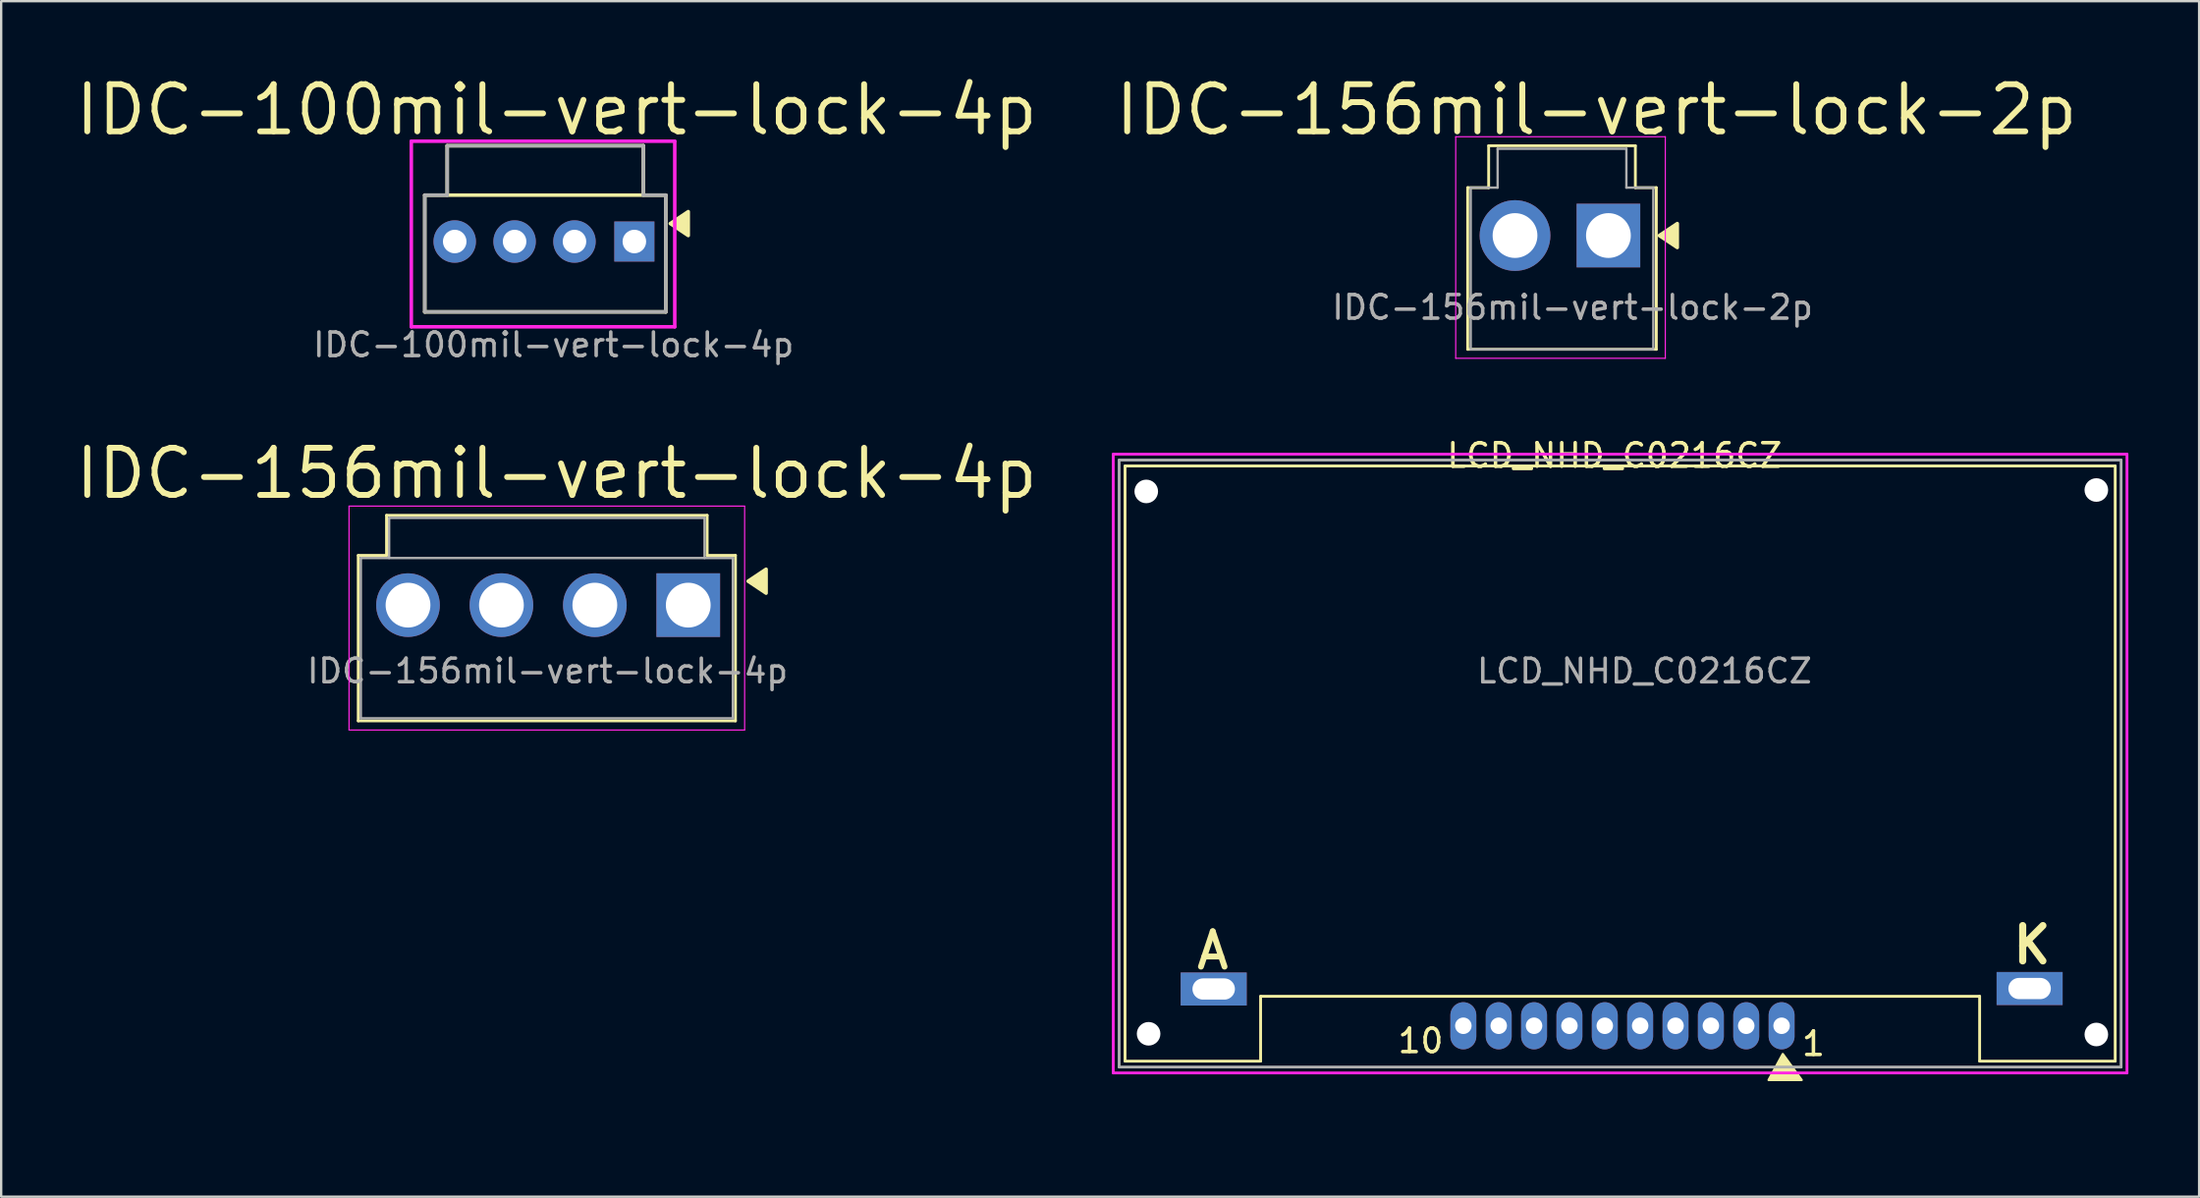
<source format=kicad_pcb>
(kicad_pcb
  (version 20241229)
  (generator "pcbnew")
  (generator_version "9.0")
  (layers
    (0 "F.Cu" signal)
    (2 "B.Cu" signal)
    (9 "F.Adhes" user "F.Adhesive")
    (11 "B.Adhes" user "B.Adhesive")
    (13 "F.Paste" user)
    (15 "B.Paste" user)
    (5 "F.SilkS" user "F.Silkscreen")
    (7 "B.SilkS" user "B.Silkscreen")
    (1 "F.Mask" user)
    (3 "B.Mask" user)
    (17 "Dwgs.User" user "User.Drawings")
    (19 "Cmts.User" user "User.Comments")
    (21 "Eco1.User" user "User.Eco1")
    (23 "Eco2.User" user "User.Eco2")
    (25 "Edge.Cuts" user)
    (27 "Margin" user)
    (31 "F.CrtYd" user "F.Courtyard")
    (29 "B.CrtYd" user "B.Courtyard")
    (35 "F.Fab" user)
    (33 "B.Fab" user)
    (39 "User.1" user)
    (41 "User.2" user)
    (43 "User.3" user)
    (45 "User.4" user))
  (footprint "LCD_NHD_C0216CZ"
    (layer "F.Cu")
    (at 64.672 44.469)
    (property "Reference" "LCD_NHD_C0216CZ" (at 0.762 -28.194 180) (layer "F.SilkS") (effects (font (size 1 1) (thickness 0.15))))
    (attr through_hole)
    (fp_line (start -20 -27.75) (end 22 -27.75) (stroke (width 0.12) (type solid)) (layer "F.SilkS"))
    (fp_line (start -20 -2.5) (end -20 -27.75) (stroke (width 0.12) (type solid)) (layer "F.SilkS"))
    (fp_line (start -14.25 -5.25) (end -14.25 -2.5) (stroke (width 0.12) (type solid)) (layer "F.SilkS"))
    (fp_line (start -14.25 -2.5) (end -20 -2.5) (stroke (width 0.12) (type solid)) (layer "F.SilkS"))
    (fp_line (start 16.25 -5.25) (end -14.25 -5.25) (stroke (width 0.12) (type solid)) (layer "F.SilkS"))
    (fp_line (start 16.25 -2.5) (end 16.25 -5.25) (stroke (width 0.12) (type solid)) (layer "F.SilkS"))
    (fp_line (start 22 -27.75) (end 22 -2.5) (stroke (width 0.12) (type solid)) (layer "F.SilkS"))
    (fp_line (start 22 -2.5) (end 16.25 -2.5) (stroke (width 0.12) (type solid)) (layer "F.SilkS"))
    (fp_poly (pts (xy 8.7 -1.7) (xy 7.3 -1.7) (xy 7.9 -2.8)) (stroke (width 0.1) (type solid)) (fill yes) (layer "F.SilkS"))
    (fp_line (start -20.5 -28.25) (end 22.5 -28.25) (stroke (width 0.12) (type solid)) (layer "F.CrtYd"))
    (fp_line (start -20.5 -2) (end -20.5 -28.25) (stroke (width 0.12) (type solid)) (layer "F.CrtYd"))
    (fp_line (start 22.5 -28.25) (end 22.5 -2) (stroke (width 0.12) (type solid)) (layer "F.CrtYd"))
    (fp_line (start 22.5 -2) (end -20.5 -2) (stroke (width 0.12) (type solid)) (layer "F.CrtYd"))
    (fp_line (start -20.25 -28) (end 22.25 -28) (stroke (width 0.12) (type solid)) (layer "F.Fab"))
    (fp_line (start -20.25 -2.25) (end -20.25 -28) (stroke (width 0.12) (type solid)) (layer "F.Fab"))
    (fp_line (start 22.25 -28) (end 22.25 -2.25) (stroke (width 0.12) (type solid)) (layer "F.Fab"))
    (fp_line (start 22.25 -2.25) (end -20.25 -2.25) (stroke (width 0.12) (type solid)) (layer "F.Fab"))
    (fp_text user "K" (at 18.47 -7.43 0) (layer "F.SilkS") (effects (font (size 1.5 1.5) (thickness 0.3))))
    (fp_text user "1" (at 9.2 -3.24 0) (layer "F.SilkS") (effects (font (size 1 1) (thickness 0.15))))
    (fp_text user "A" (at -16.28 -7.19 0) (layer "F.SilkS") (effects (font (size 1.5 1.5) (thickness 0.25))))
    (fp_text user "10" (at -7.46 -3.36 0) (layer "F.SilkS") (effects (font (size 1 1) (thickness 0.15))))
    (fp_text user "${REFERENCE}" (at 2.032 -19.05 0) (layer "F.Fab") (effects (font (size 1 1) (thickness 0.15))))
    (pad "" np_thru_hole circle (at -19.1 -26.67 90) (size 1 1) (drill 1) (layers "*.Cu" "*.Mask"))
    (pad "" np_thru_hole circle (at -19 -3.66 90) (size 1 1) (drill 1) (layers "*.Cu" "*.Mask"))
    (pad "" np_thru_hole circle (at 21.2 -26.73 90) (size 1 1) (drill 1) (layers "*.Cu" "*.Mask"))
    (pad "" np_thru_hole circle (at 21.2 -3.63 90) (size 1 1) (drill 1) (layers "*.Cu" "*.Mask"))
    (pad "1" thru_hole oval (at 7.85 -4 180) (size 1.1 2) (drill 0.7) (layers "*.Cu" "*.Mask"))
    (pad "2" thru_hole oval (at 6.35 -4 180) (size 1.1 2) (drill 0.7) (layers "*.Cu" "*.Mask"))
    (pad "3" thru_hole oval (at 4.85 -4 180) (size 1.1 2) (drill 0.7) (layers "*.Cu" "*.Mask"))
    (pad "4" thru_hole oval (at 3.35 -4 180) (size 1.1 2) (drill 0.7) (layers "*.Cu" "*.Mask"))
    (pad "5" thru_hole oval (at 1.85 -4 180) (size 1.1 2) (drill 0.7) (layers "*.Cu" "*.Mask"))
    (pad "6" thru_hole oval (at 0.35 -4 180) (size 1.1 2) (drill 0.7) (layers "*.Cu" "*.Mask"))
    (pad "7" thru_hole oval (at -1.15 -4 180) (size 1.1 2) (drill 0.7) (layers "*.Cu" "*.Mask"))
    (pad "8" thru_hole oval (at -2.65 -4 180) (size 1.1 2) (drill 0.7) (layers "*.Cu" "*.Mask"))
    (pad "9" thru_hole oval (at -4.15 -4 180) (size 1.1 2) (drill 0.7) (layers "*.Cu" "*.Mask"))
    (pad "10" thru_hole oval (at -5.65 -4 180) (size 1.1 2) (drill 0.7) (layers "*.Cu" "*.Mask"))
    (pad "11" thru_hole rect (at -16.24 -5.56 90) (size 1.4 2.8) (drill oval 0.9 1.8) (layers "*.Cu" "*.Mask"))
    (pad "12" thru_hole rect (at 18.37 -5.58 90) (size 1.4 2.8) (drill oval 0.9 1.8) (layers "*.Cu" "*.Mask")))
  (footprint "IDC-100mil-vert-lock-4p"
    (layer "F.Cu")
    (at 23.858 7.197)
    (property "Reference" "IDC-100mil-vert-lock-4p" (at -3.302 -5.588 0) (unlocked yes) (layer "F.SilkS") (effects (font (size 2 2) (thickness 0.25))))
    (attr through_hole)
    (fp_line (start -8.89 -1.968) (end 1.333 -1.968) (stroke (width 0.15) (type solid)) (layer "F.SilkS"))
    (fp_line (start -8.89 2.985) (end -8.89 -1.968) (stroke (width 0.15) (type solid)) (layer "F.SilkS"))
    (fp_line (start -7.938 -4.064) (end -7.938 -2.032) (stroke (width 0.15) (type solid)) (layer "F.SilkS"))
    (fp_line (start -7.938 -4.064) (end 0.381 -4.064) (stroke (width 0.15) (type solid)) (layer "F.SilkS"))
    (fp_line (start 0.381 -4.064) (end 0.381 -2.032) (stroke (width 0.15) (type solid)) (layer "F.SilkS"))
    (fp_line (start 1.333 -1.968) (end 1.333 2.985) (stroke (width 0.15) (type solid)) (layer "F.SilkS"))
    (fp_line (start 1.333 2.985) (end -8.89 2.985) (stroke (width 0.15) (type solid)) (layer "F.SilkS"))
    (fp_poly (pts (xy 1.524 -0.762) (xy 2.286 -1.27) (xy 2.286 -0.254)) (stroke (width 0.15) (type solid)) (fill yes) (layer "F.SilkS"))
    (fp_line (start -9.461 -4.255) (end 1.714 -4.255) (stroke (width 0.15) (type solid)) (layer "F.CrtYd"))
    (fp_line (start -9.461 3.619) (end -9.461 -4.255) (stroke (width 0.15) (type solid)) (layer "F.CrtYd"))
    (fp_line (start 1.714 -4.255) (end 1.714 3.619) (stroke (width 0.15) (type solid)) (layer "F.CrtYd"))
    (fp_line (start 1.714 3.619) (end -9.461 3.619) (stroke (width 0.15) (type solid)) (layer "F.CrtYd"))
    (fp_line (start -8.89 -1.968) (end -7.938 -1.968) (stroke (width 0.15) (type solid)) (layer "F.Fab"))
    (fp_line (start -8.89 2.985) (end -8.89 -1.968) (stroke (width 0.15) (type solid)) (layer "F.Fab"))
    (fp_line (start -7.938 -1.968) (end -7.938 -4.064) (stroke (width 0.15) (type solid)) (layer "F.Fab"))
    (fp_line (start -7.874 -4.064) (end 0.381 -4.064) (stroke (width 0.15) (type solid)) (layer "F.Fab"))
    (fp_line (start 0.381 -4.064) (end 0.381 -1.968) (stroke (width 0.15) (type solid)) (layer "F.Fab"))
    (fp_line (start 0.381 -1.968) (end 1.333 -1.968) (stroke (width 0.15) (type solid)) (layer "F.Fab"))
    (fp_line (start 1.333 -1.968) (end 1.333 2.985) (stroke (width 0.15) (type solid)) (layer "F.Fab"))
    (fp_line (start 1.333 2.985) (end -8.89 2.985) (stroke (width 0.15) (type solid)) (layer "F.Fab"))
    (fp_text user "${REFERENCE}" (at -3.429 4.381 0) (layer "F.Fab") (effects (font (size 1 1) (thickness 0.15))))
    (pad "1" thru_hole rect (at 0 0) (size 1.7 1.7) (drill 1) (layers "*.Cu" "*.Mask"))
    (pad "2" thru_hole circle (at -2.54 0) (size 1.8 1.8) (drill 1) (layers "*.Cu" "*.Mask"))
    (pad "3" thru_hole circle (at -5.08 0) (size 1.8 1.8) (drill 1) (layers "*.Cu" "*.Mask"))
    (pad "4" thru_hole circle (at -7.62 0) (size 1.8 1.8) (drill 1) (layers "*.Cu" "*.Mask")))
  (footprint "IDC-156mil-vert-lock-4p"
    (layer "F.Cu")
    (at 26.144 22.623)
    (property "Reference" "IDC-156mil-vert-lock-4p" (at -5.588 -5.588 0) (unlocked yes) (layer "F.SilkS") (effects (font (size 2 2) (thickness 0.25))))
    (attr through_hole)
    (fp_line (start -13.998 -2.11) (end -12.798 -2.11) (stroke (width 0.12) (type solid)) (layer "F.SilkS"))
    (fp_line (start -13.998 4.91) (end -13.998 -2.11) (stroke (width 0.12) (type solid)) (layer "F.SilkS"))
    (fp_line (start -12.798 -3.81) (end 0.802 -3.81) (stroke (width 0.12) (type solid)) (layer "F.SilkS"))
    (fp_line (start -12.798 -2.11) (end -12.798 -3.81) (stroke (width 0.12) (type solid)) (layer "F.SilkS"))
    (fp_line (start 0.802 -3.81) (end 0.802 -2.11) (stroke (width 0.12) (type solid)) (layer "F.SilkS"))
    (fp_line (start 0.802 -2.11) (end 2.002 -2.11) (stroke (width 0.12) (type solid)) (layer "F.SilkS"))
    (fp_line (start 2.002 -2.11) (end 2.002 4.91) (stroke (width 0.12) (type solid)) (layer "F.SilkS"))
    (fp_line (start 2.002 4.91) (end -13.998 4.91) (stroke (width 0.12) (type solid)) (layer "F.SilkS"))
    (fp_poly (pts (xy 2.54 -1.016) (xy 3.302 -1.524) (xy 3.302 -0.508)) (stroke (width 0.15) (type solid)) (fill yes) (layer "F.SilkS"))
    (fp_line (start -14.388 -4.2) (end -14.388 5.3) (stroke (width 0.05) (type solid)) (layer "F.CrtYd"))
    (fp_line (start -14.388 5.3) (end 2.392 5.3) (stroke (width 0.05) (type solid)) (layer "F.CrtYd"))
    (fp_line (start 2.392 -4.2) (end -14.388 -4.2) (stroke (width 0.05) (type solid)) (layer "F.CrtYd"))
    (fp_line (start 2.392 5.3) (end 2.392 -4.2) (stroke (width 0.05) (type solid)) (layer "F.CrtYd"))
    (fp_line (start -13.888 -2) (end -13.888 4.8) (stroke (width 0.1) (type solid)) (layer "F.Fab"))
    (fp_line (start -13.888 4.8) (end 1.892 4.8) (stroke (width 0.1) (type solid)) (layer "F.Fab"))
    (fp_line (start -12.688 -3.7) (end 0.692 -3.7) (stroke (width 0.1) (type solid)) (layer "F.Fab"))
    (fp_line (start -12.688 -2) (end -12.688 -3.7) (stroke (width 0.1) (type solid)) (layer "F.Fab"))
    (fp_line (start 0.692 -3.7) (end 0.692 -2) (stroke (width 0.1) (type solid)) (layer "F.Fab"))
    (fp_line (start 1.892 -2) (end -13.888 -2) (stroke (width 0.1) (type solid)) (layer "F.Fab"))
    (fp_line (start 1.892 4.8) (end 1.892 -2) (stroke (width 0.1) (type solid)) (layer "F.Fab"))
    (fp_text user "${REFERENCE}" (at -5.969 2.794 0) (layer "F.Fab") (effects (font (size 1 1) (thickness 0.15))))
    (pad "1" thru_hole rect (at 0 0) (size 2.7 2.7) (drill 1.9) (layers "*.Cu" "*.Mask"))
    (pad "2" thru_hole circle (at -3.962 0) (size 2.7 2.7) (drill 1.9) (layers "*.Cu" "*.Mask"))
    (pad "3" thru_hole circle (at -7.925 0) (size 2.7 2.7) (drill 1.9) (layers "*.Cu" "*.Mask"))
    (pad "4" thru_hole circle (at -11.887 0) (size 2.7 2.7) (drill 1.9) (layers "*.Cu" "*.Mask")))
  (footprint "IDC-156mil-vert-lock-2p"
    (layer "F.Cu")
    (at 65.176 6.943)
    (property "Reference" "IDC-156mil-vert-lock-2p" (at -0.508 -5.334 0) (unlocked yes) (layer "F.SilkS") (effects (font (size 2 2) (thickness 0.25))))
    (attr through_hole)
    (fp_line (start -5.969 -2.032) (end -5.08 -2.032) (stroke (width 0.12) (type solid)) (layer "F.SilkS"))
    (fp_line (start -5.969 4.826) (end -5.969 -2.032) (stroke (width 0.12) (type solid)) (layer "F.SilkS"))
    (fp_line (start -5.08 -3.81) (end 1.143 -3.81) (stroke (width 0.12) (type solid)) (layer "F.SilkS"))
    (fp_line (start -5.08 -2.032) (end -5.08 -3.81) (stroke (width 0.12) (type solid)) (layer "F.SilkS"))
    (fp_line (start 1.143 -3.81) (end 1.143 -2.032) (stroke (width 0.12) (type solid)) (layer "F.SilkS"))
    (fp_line (start 1.143 -2.032) (end 2.032 -2.032) (stroke (width 0.12) (type solid)) (layer "F.SilkS"))
    (fp_line (start 2.032 -2.032) (end 2.032 4.826) (stroke (width 0.12) (type solid)) (layer "F.SilkS"))
    (fp_line (start 2.032 4.826) (end -5.969 4.826) (stroke (width 0.12) (type solid)) (layer "F.SilkS"))
    (fp_poly (pts (xy 2.159 0) (xy 2.921 -0.508) (xy 2.921 0.508)) (stroke (width 0.15) (type solid)) (fill yes) (layer "F.SilkS"))
    (fp_line (start -6.477 -4.191) (end -6.477 5.207) (stroke (width 0.05) (type solid)) (layer "F.CrtYd"))
    (fp_line (start -6.477 5.207) (end 2.413 5.207) (stroke (width 0.05) (type solid)) (layer "F.CrtYd"))
    (fp_line (start 2.413 -4.191) (end -6.477 -4.191) (stroke (width 0.05) (type solid)) (layer "F.CrtYd"))
    (fp_line (start 2.413 5.207) (end 2.413 -4.191) (stroke (width 0.05) (type solid)) (layer "F.CrtYd"))
    (fp_line (start -5.842 -2.032) (end -5.842 4.826) (stroke (width 0.1) (type solid)) (layer "F.Fab"))
    (fp_line (start -5.842 -2.032) (end -4.699 -2.032) (stroke (width 0.1) (type solid)) (layer "F.Fab"))
    (fp_line (start -5.842 4.826) (end 1.905 4.826) (stroke (width 0.1) (type solid)) (layer "F.Fab"))
    (fp_line (start -4.699 -3.683) (end 0.762 -3.683) (stroke (width 0.1) (type solid)) (layer "F.Fab"))
    (fp_line (start -4.699 -2.032) (end -4.699 -3.683) (stroke (width 0.1) (type solid)) (layer "F.Fab"))
    (fp_line (start 0.762 -3.683) (end 0.762 -2.032) (stroke (width 0.1) (type solid)) (layer "F.Fab"))
    (fp_line (start 0.762 -2.032) (end 1.905 -2.032) (stroke (width 0.1) (type solid)) (layer "F.Fab"))
    (fp_line (start 1.905 4.768) (end 1.905 -2.032) (stroke (width 0.1) (type solid)) (layer "F.Fab"))
    (fp_text user "${REFERENCE}" (at -1.524 3.048 0) (layer "F.Fab") (effects (font (size 1 1) (thickness 0.15))))
    (pad "1" thru_hole rect (at 0 0) (size 2.7 2.7) (drill 1.9) (layers "*.Cu" "*.Mask"))
    (pad "2" thru_hole circle (at -3.962 0) (size 3 3) (drill 1.9) (layers "*.Cu" "*.Mask")))
  (gr_rect
    (start -3 -3)
    (end 90.232 47.719)
    (stroke (width 0.1) (type default))
    (fill no)
    (layer "Edge.Cuts")))
</source>
